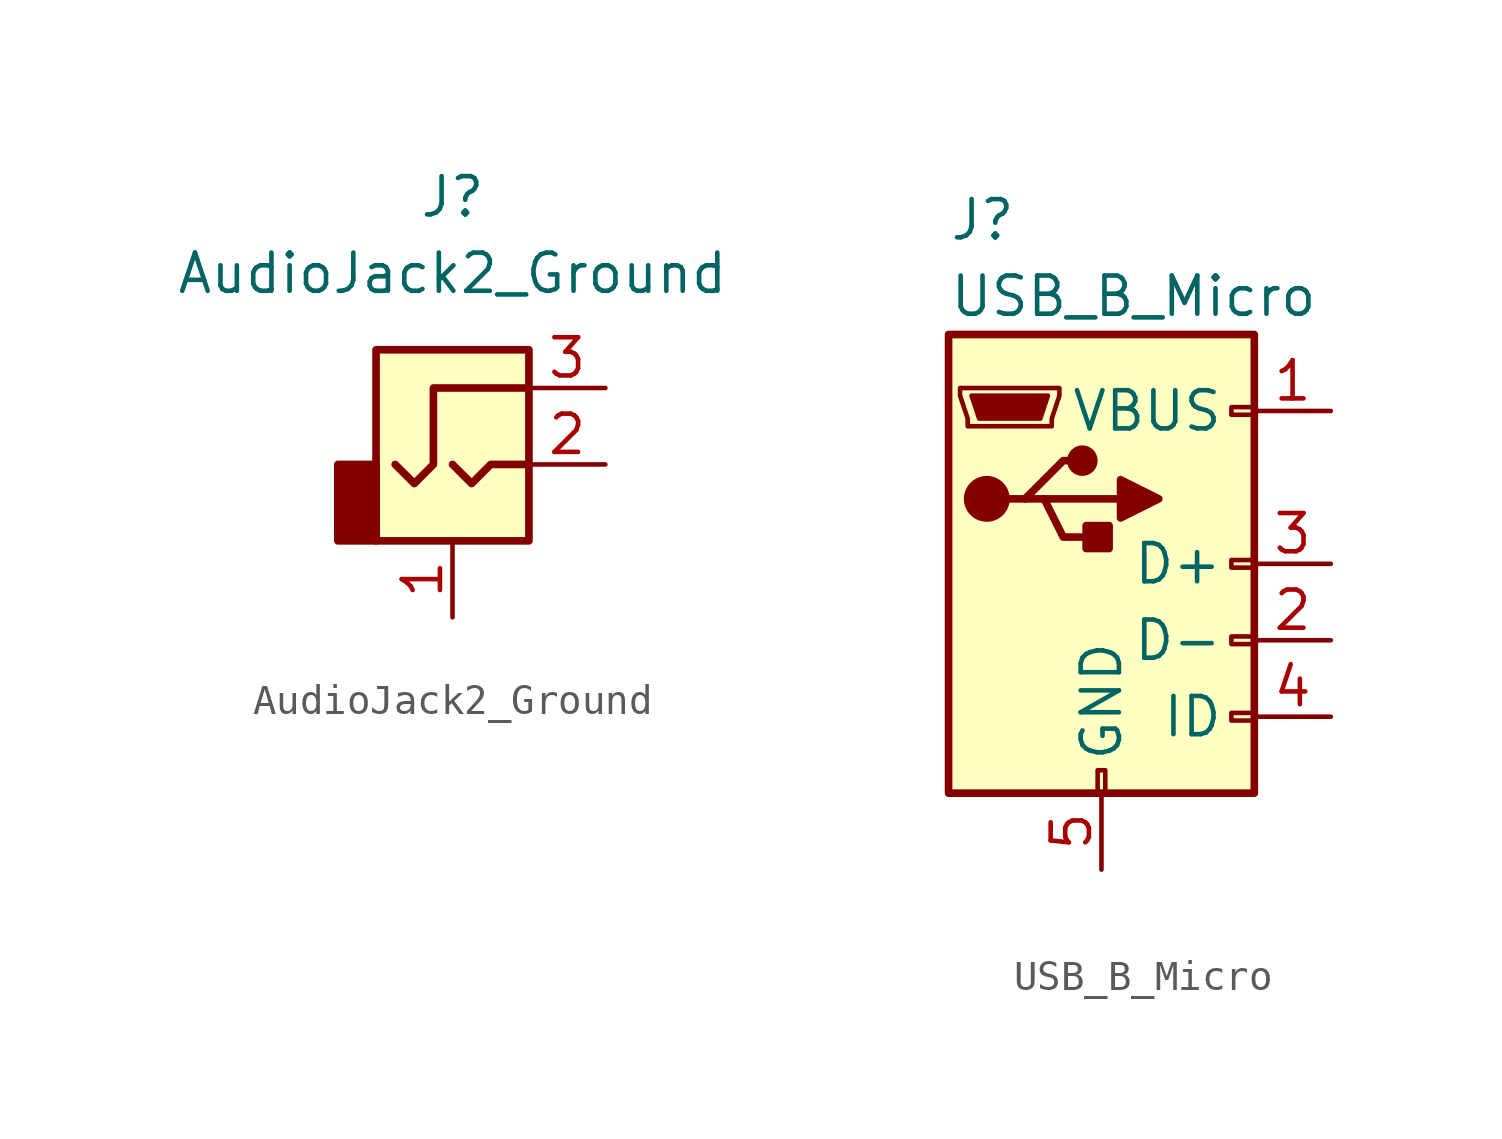
<source format=kicad_sym>
(kicad_symbol_lib
  (version 20211014)
  (generator kicad_symbol_editor)
  (symbol "AudioJack2_Ground"
    (property "Reference" "J"
      (at 0 8.89 0)
      (effects (font (size 1.27 1.27))))
    (property "Value" "AudioJack2_Ground"
      (at 0 6.35 0)
      (effects (font (size 1.27 1.27))))
    (symbol "AudioJack2_Ground_0_1"
      (rectangle (start -2.54 -2.54) (end -3.81 0) (stroke (width 0.254) (type default) (color 0 0 0 0)) (fill (type outline)))
      (polyline (pts (xy 0 0) (xy 0.635 -0.635) (xy 1.27 0) (xy 2.54 0)) (stroke (width 0.254) (type default) (color 0 0 0 0)) (fill (type none)))
      (polyline (pts (xy 2.54 2.54) (xy -0.635 2.54) (xy -0.635 0) (xy -1.27 -0.635) (xy -1.905 0)) (stroke (width 0.254) (type default) (color 0 0 0 0)) (fill (type none)))
      (rectangle (start 2.54 3.81) (end -2.54 -2.54) (stroke (width 0.254) (type default) (color 0 0 0 0)) (fill (type background))))
    (symbol "AudioJack2_Ground_1_1"
      (pin passive line (at 0 -5.08 90) (length 2.54) (name "~" (effects (font (size 1.27 1.27)))) (number "1" (effects (font (size 1.27 1.27)))))
      (pin passive line (at 5.08 0 180) (length 2.54) (name "~" (effects (font (size 1.27 1.27)))) (number "2" (effects (font (size 1.27 1.27)))))
      (pin passive line (at 5.08 2.54 180) (length 2.54) (name "~" (effects (font (size 1.27 1.27)))) (number "3" (effects (font (size 1.27 1.27)))))))
  (symbol "USB_B_Micro"
    (pin_names
      (offset 1.016))
    (property "Reference" "J"
      (at -5.08 11.43 0)
      (effects (font (size 1.27 1.27)) (justify left)))
    (property "Value" "USB_B_Micro"
      (at -5.08 8.89 0)
      (effects (font (size 1.27 1.27)) (justify left)))
    (symbol "USB_B_Micro_0_1"
      (rectangle (start -5.08 -7.62) (end 5.08 7.62) (stroke (width 0.254) (type default) (color 0 0 0 0)) (fill (type background)))
      (circle (center -3.81 2.159) (radius 0.635) (stroke (width 0.254) (type default) (color 0 0 0 0)) (fill (type outline)))
      (circle (center -0.635 3.429) (radius 0.381) (stroke (width 0.254) (type default) (color 0 0 0 0)) (fill (type outline)))
      (rectangle (start -0.127 -7.62) (end 0.127 -6.858) (stroke (width 0) (type default) (color 0 0 0 0)) (fill (type none)))
      (polyline (pts (xy -1.905 2.159) (xy 0.635 2.159)) (stroke (width 0.254) (type default) (color 0 0 0 0)) (fill (type none)))
      (polyline (pts (xy -3.175 2.159) (xy -2.54 2.159) (xy -1.27 3.429) (xy -0.635 3.429)) (stroke (width 0.254) (type default) (color 0 0 0 0)) (fill (type none)))
      (polyline (pts (xy -2.54 2.159) (xy -1.905 2.159) (xy -1.27 0.889) (xy 0 0.889)) (stroke (width 0.254) (type default) (color 0 0 0 0)) (fill (type none)))
      (polyline (pts (xy 0.635 2.794) (xy 0.635 1.524) (xy 1.905 2.159) (xy 0.635 2.794)) (stroke (width 0.254) (type default) (color 0 0 0 0)) (fill (type outline)))
      (polyline (pts (xy -4.318 5.588) (xy -1.778 5.588) (xy -2.032 4.826) (xy -4.064 4.826) (xy -4.318 5.588)) (stroke (width 0) (type default) (color 0 0 0 0)) (fill (type outline)))
      (polyline (pts (xy -4.699 5.842) (xy -4.699 5.588) (xy -4.445 4.826) (xy -4.445 4.572) (xy -1.651 4.572) (xy -1.651 4.826) (xy -1.397 5.588) (xy -1.397 5.842) (xy -4.699 5.842)) (stroke (width 0) (type default) (color 0 0 0 0)) (fill (type none)))
      (rectangle (start 0.254 1.27) (end -0.508 0.508) (stroke (width 0.254) (type default) (color 0 0 0 0)) (fill (type outline)))
      (rectangle (start 5.08 -5.207) (end 4.318 -4.953) (stroke (width 0) (type default) (color 0 0 0 0)) (fill (type none)))
      (rectangle (start 5.08 -2.667) (end 4.318 -2.413) (stroke (width 0) (type default) (color 0 0 0 0)) (fill (type none)))
      (rectangle (start 5.08 -0.127) (end 4.318 0.127) (stroke (width 0) (type default) (color 0 0 0 0)) (fill (type none)))
      (rectangle (start 5.08 4.953) (end 4.318 5.207) (stroke (width 0) (type default) (color 0 0 0 0)) (fill (type none))))
    (symbol "USB_B_Micro_1_1"
      (pin power_out line (at 7.62 5.08 180) (length 2.54) (name "VBUS" (effects (font (size 1.27 1.27)))) (number "1" (effects (font (size 1.27 1.27)))))
      (pin bidirectional line (at 7.62 -2.54 180) (length 2.54) (name "D-" (effects (font (size 1.27 1.27)))) (number "2" (effects (font (size 1.27 1.27)))))
      (pin bidirectional line (at 7.62 0 180) (length 2.54) (name "D+" (effects (font (size 1.27 1.27)))) (number "3" (effects (font (size 1.27 1.27)))))
      (pin passive line (at 7.62 -5.08 180) (length 2.54) (name "ID" (effects (font (size 1.27 1.27)))) (number "4" (effects (font (size 1.27 1.27)))))
      (pin power_out line (at 0 -10.16 90) (length 2.54) (name "GND" (effects (font (size 1.27 1.27)))) (number "5" (effects (font (size 1.27 1.27))))))))
</source>
